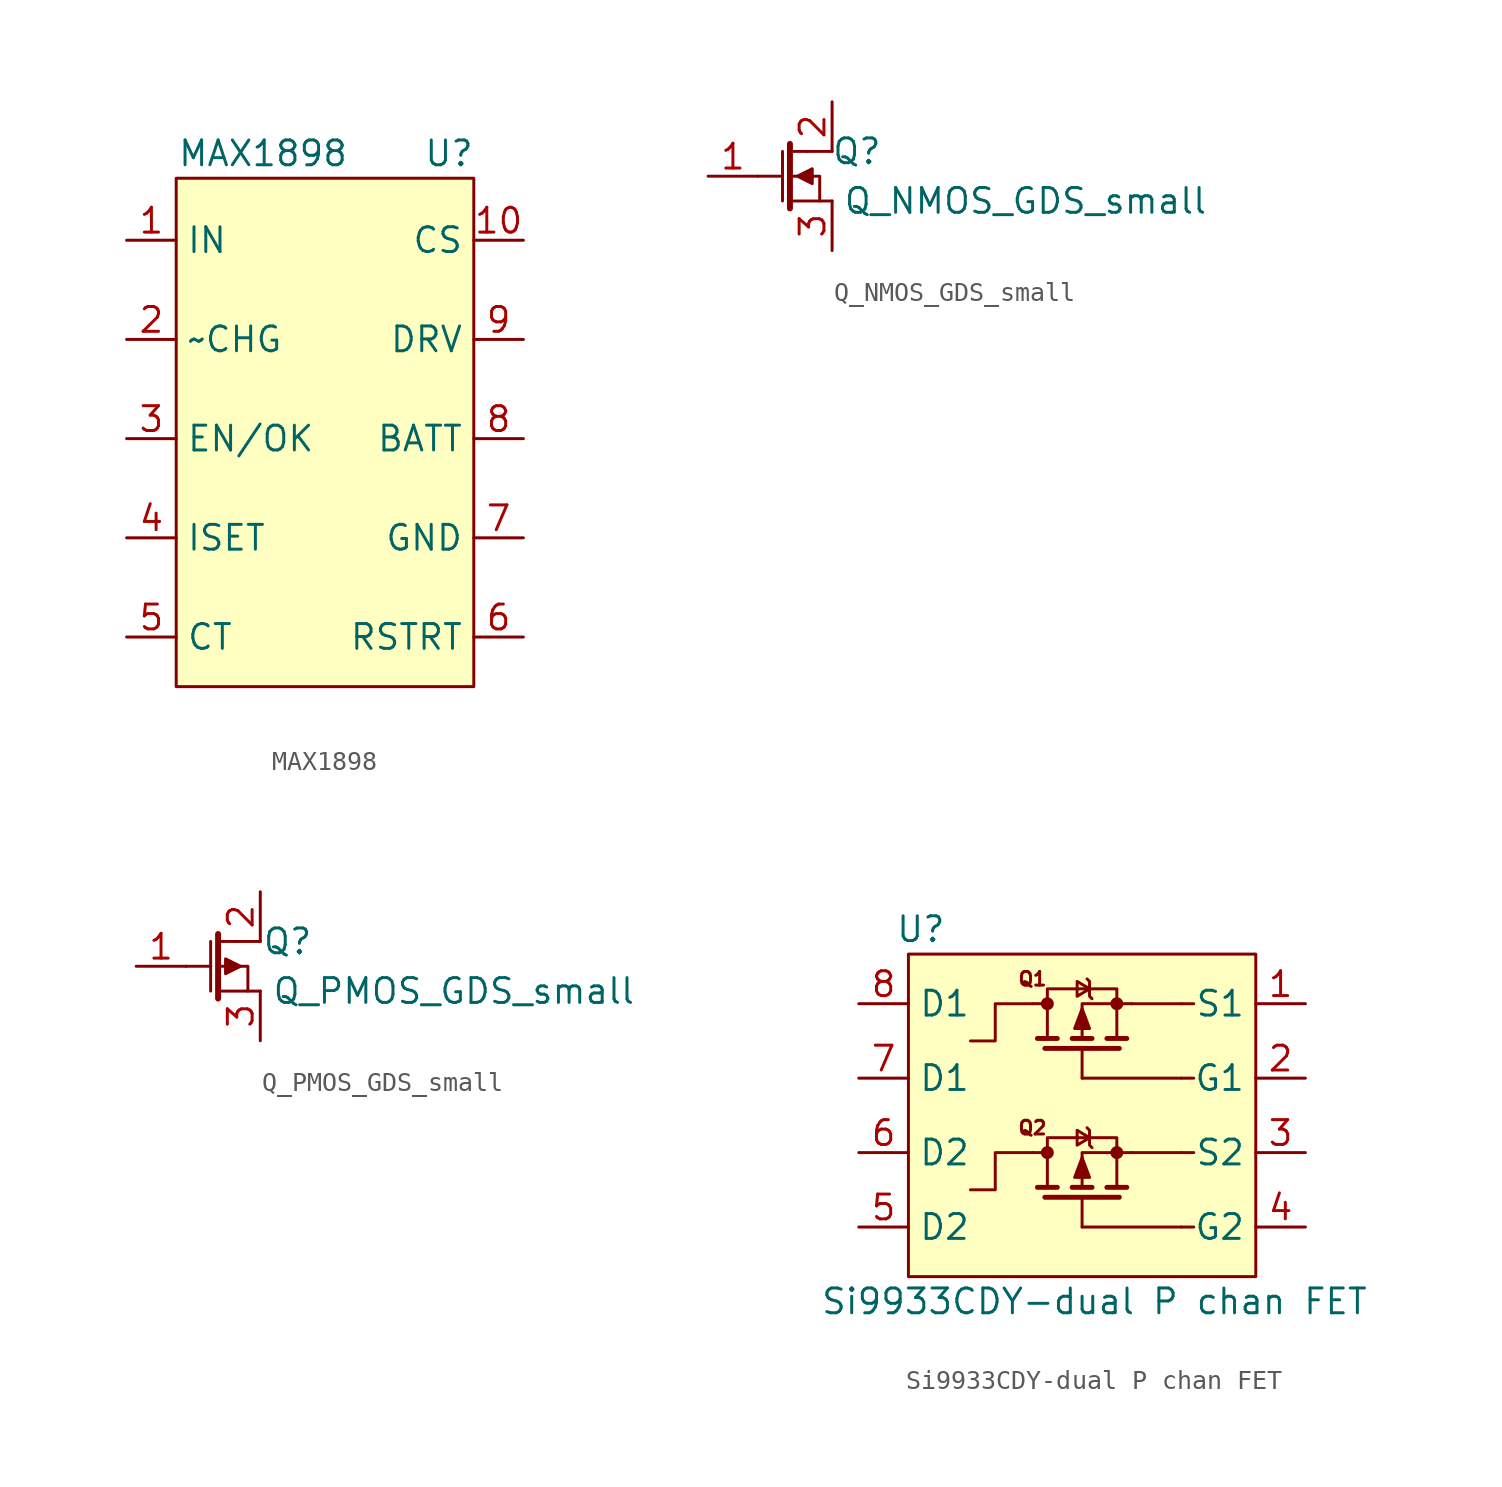
<source format=kicad_sym>
(kicad_symbol_lib
  (version 20211014)
  (generator kicad_symbol_editor)
  (symbol "MAX1898"
    (property "Reference" "U"
      (at 6.35 14.605 0)
      (effects (font (size 1.27 1.27))))
    (property "Value" "MAX1898"
      (at -3.175 14.605 0)
      (effects (font (size 1.27 1.27))))
    (symbol "MAX1898_0_1"
      (rectangle (start -7.62 13.335) (end 7.62 -12.7) (stroke (width 0.152) (type default) (color 0 0 0 0)) (fill (type background))))
    (symbol "MAX1898_1_1"
      (pin power_in line (at -10.16 10.16 0) (length 2.54) (name "IN" (effects (font (size 1.27 1.27)))) (number "1" (effects (font (size 1.27 1.27)))))
      (pin input line (at 10.16 10.16 180) (length 2.54) (name "CS" (effects (font (size 1.27 1.27)))) (number "10" (effects (font (size 1.27 1.27)))))
      (pin output line (at -10.16 5.08 0) (length 2.54) (name "~CHG" (effects (font (size 1.27 1.27)))) (number "2" (effects (font (size 1.27 1.27)))))
      (pin bidirectional line (at -10.16 0 0) (length 2.54) (name "EN/OK" (effects (font (size 1.27 1.27)))) (number "3" (effects (font (size 1.27 1.27)))))
      (pin input line (at -10.16 -5.08 0) (length 2.54) (name "ISET" (effects (font (size 1.27 1.27)))) (number "4" (effects (font (size 1.27 1.27)))))
      (pin input line (at -10.16 -10.16 0) (length 2.54) (name "CT" (effects (font (size 1.27 1.27)))) (number "5" (effects (font (size 1.27 1.27)))))
      (pin input line (at 10.16 -10.16 180) (length 2.54) (name "RSTRT" (effects (font (size 1.27 1.27)))) (number "6" (effects (font (size 1.27 1.27)))))
      (pin power_in line (at 10.16 -5.08 180) (length 2.54) (name "GND" (effects (font (size 1.27 1.27)))) (number "7" (effects (font (size 1.27 1.27)))))
      (pin power_out line (at 10.16 0 180) (length 2.54) (name "BATT" (effects (font (size 1.27 1.27)))) (number "8" (effects (font (size 1.27 1.27)))))
      (pin output line (at 10.16 5.08 180) (length 2.54) (name "DRV" (effects (font (size 1.27 1.27)))) (number "9" (effects (font (size 1.27 1.27)))))))
  (symbol "Q_NMOS_GDS_small"
    (property "Reference" "Q"
      (at 3.81 1.27 0)
      (effects (font (size 1.27 1.27))))
    (property "Value" "Q_NMOS_GDS_small"
      (at 12.446 -1.27 0)
      (effects (font (size 1.27 1.27))))
    (symbol "Q_NMOS_GDS_small_0_1"
      (polyline (pts (xy -1.27 0) (xy 0 0)) (stroke (width 0.152) (type default) (color 0 0 0 0)) (fill (type none)))
      (polyline (pts (xy 0 1.27) (xy 0 -1.27)) (stroke (width 0.152) (type default) (color 0 0 0 0)) (fill (type none)))
      (polyline (pts (xy 0.381 0) (xy 1.27 0)) (stroke (width 0.152) (type default) (color 0 0 0 0)) (fill (type none)))
      (polyline (pts (xy 0.381 1.27) (xy 1.27 1.27)) (stroke (width 0.152) (type default) (color 0 0 0 0)) (fill (type none)))
      (polyline (pts (xy 0.381 1.651) (xy 0.381 -1.651)) (stroke (width 0.305) (type default) (color 0 0 0 0)) (fill (type none)))
      (polyline (pts (xy 1.27 1.27) (xy 2.54 1.27)) (stroke (width 0.152) (type default) (color 0 0 0 0)) (fill (type none)))
      (polyline (pts (xy 2.54 -1.27) (xy 1.905 -1.27)) (stroke (width 0.152) (type default) (color 0 0 0 0)) (fill (type none)))
      (polyline (pts (xy 0.381 -1.27) (xy 1.905 -1.27) (xy 1.905 0) (xy 1.27 0)) (stroke (width 0.152) (type default) (color 0 0 0 0)) (fill (type none)))
      (polyline (pts (xy 0.762 0) (xy 1.524 0.381) (xy 1.524 -0.381) (xy 0.762 0)) (stroke (width 0.152) (type default) (color 0 0 0 0)) (fill (type outline))))
    (symbol "Q_NMOS_GDS_small_1_1"
      (pin passive line (at -3.81 0 0) (length 2.54) (name "" (effects (font (size 1.27 1.27)))) (number "1" (effects (font (size 1.27 1.27)))))
      (pin passive line (at 2.54 3.81 270) (length 2.54) (name "" (effects (font (size 1.27 1.27)))) (number "2" (effects (font (size 1.27 1.27)))))
      (pin passive line (at 2.54 -3.81 90) (length 2.54) (name "" (effects (font (size 1.27 1.27)))) (number "3" (effects (font (size 1.27 1.27)))))))
  (symbol "Q_PMOS_GDS_small"
    (property "Reference" "Q"
      (at 3.937 1.27 0)
      (effects (font (size 1.27 1.27))))
    (property "Value" "Q_PMOS_GDS_small"
      (at 12.446 -1.27 0)
      (effects (font (size 1.27 1.27))))
    (symbol "Q_PMOS_GDS_small_0_1"
      (polyline (pts (xy -1.27 0) (xy 0 0)) (stroke (width 0.152) (type default) (color 0 0 0 0)) (fill (type none)))
      (polyline (pts (xy 0 1.27) (xy 0 -1.27)) (stroke (width 0.152) (type default) (color 0 0 0 0)) (fill (type none)))
      (polyline (pts (xy 0.381 0) (xy 1.27 0)) (stroke (width 0.152) (type default) (color 0 0 0 0)) (fill (type none)))
      (polyline (pts (xy 0.381 1.27) (xy 1.27 1.27)) (stroke (width 0.152) (type default) (color 0 0 0 0)) (fill (type none)))
      (polyline (pts (xy 0.381 1.651) (xy 0.381 -1.651)) (stroke (width 0.305) (type default) (color 0 0 0 0)) (fill (type none)))
      (polyline (pts (xy 1.27 1.27) (xy 2.54 1.27)) (stroke (width 0.152) (type default) (color 0 0 0 0)) (fill (type none)))
      (polyline (pts (xy 2.54 -1.27) (xy 1.905 -1.27)) (stroke (width 0.152) (type default) (color 0 0 0 0)) (fill (type none)))
      (polyline (pts (xy 0.381 -1.27) (xy 1.905 -1.27) (xy 1.905 0) (xy 1.27 0)) (stroke (width 0.152) (type default) (color 0 0 0 0)) (fill (type none)))
      (polyline (pts (xy 1.524 0) (xy 0.762 0.381) (xy 0.762 -0.381) (xy 1.524 0)) (stroke (width 0.152) (type default) (color 0 0 0 0)) (fill (type outline))))
    (symbol "Q_PMOS_GDS_small_1_1"
      (pin passive line (at -3.81 0 0) (length 2.54) (name "" (effects (font (size 1.27 1.27)))) (number "1" (effects (font (size 1.27 1.27)))))
      (pin passive line (at 2.54 3.81 270) (length 2.54) (name "" (effects (font (size 1.27 1.27)))) (number "2" (effects (font (size 1.27 1.27)))))
      (pin passive line (at 2.54 -3.81 90) (length 2.54) (name "" (effects (font (size 1.27 1.27)))) (number "3" (effects (font (size 1.27 1.27)))))))
  (symbol "Si9933CDY-dual P chan FET"
    (property "Reference" "U"
      (at -8.255 9.525 0)
      (effects (font (size 1.27 1.27))))
    (property "Value" "Si9933CDY-dual P chan FET"
      (at 0.635 -9.525 0)
      (effects (font (size 1.27 1.27))))
    (symbol "Si9933CDY-dual P chan FET_0_0"
      (polyline (pts (xy 5.08 -5.715) (xy 5.715 -5.715)) (stroke (width 0.152) (type default) (color 0 0 0 0)) (fill (type none)))
      (polyline (pts (xy 5.08 -1.905) (xy 5.715 -1.905)) (stroke (width 0.152) (type default) (color 0 0 0 0)) (fill (type none)))
      (polyline (pts (xy 5.08 1.905) (xy 5.715 1.905)) (stroke (width 0.152) (type default) (color 0 0 0 0)) (fill (type none)))
      (polyline (pts (xy 5.08 5.715) (xy 5.715 5.715)) (stroke (width 0.152) (type default) (color 0 0 0 0)) (fill (type none)))
      (polyline (pts (xy -2.54 -1.905) (xy -4.445 -1.905) (xy -4.445 -3.81) (xy -5.715 -3.81)) (stroke (width 0.152) (type default) (color 0 0 0 0)) (fill (type none)))
      (polyline (pts (xy -2.54 5.715) (xy -4.445 5.715) (xy -4.445 3.81) (xy -5.715 3.81)) (stroke (width 0.152) (type default) (color 0 0 0 0)) (fill (type none)))
      (text "Q1" (at -2.54 6.985 0) (effects (font (size 0.7 0.7))))
      (text "Q2" (at -2.54 -0.635 0) (effects (font (size 0.7 0.7)))))
    (symbol "Si9933CDY-dual P chan FET_0_1"
      (rectangle (start -8.89 8.255) (end 8.89 -8.255) (stroke (width 0.152) (type default) (color 0 0 0 0)) (fill (type background)))
      (circle (center -1.778 -1.905) (radius 0.254) (stroke (width 0) (type default) (color 0 0 0 0)) (fill (type outline)))
      (circle (center -1.778 5.715) (radius 0.254) (stroke (width 0) (type default) (color 0 0 0 0)) (fill (type outline)))
      (polyline (pts (xy -2.54 -1.905) (xy -1.778 -1.905)) (stroke (width 0) (type default) (color 0 0 0 0)) (fill (type none)))
      (polyline (pts (xy -2.54 5.715) (xy -1.778 5.715)) (stroke (width 0) (type default) (color 0 0 0 0)) (fill (type none)))
      (polyline (pts (xy -2.286 -3.683) (xy -1.27 -3.683)) (stroke (width 0.254) (type default) (color 0 0 0 0)) (fill (type none)))
      (polyline (pts (xy -2.286 3.937) (xy -1.27 3.937)) (stroke (width 0.254) (type default) (color 0 0 0 0)) (fill (type none)))
      (polyline (pts (xy -1.905 -4.191) (xy 1.905 -4.191)) (stroke (width 0.254) (type default) (color 0 0 0 0)) (fill (type none)))
      (polyline (pts (xy -1.905 3.429) (xy 1.905 3.429)) (stroke (width 0.254) (type default) (color 0 0 0 0)) (fill (type none)))
      (polyline (pts (xy -0.508 -3.683) (xy 0.508 -3.683)) (stroke (width 0.254) (type default) (color 0 0 0 0)) (fill (type none)))
      (polyline (pts (xy -0.508 3.937) (xy 0.508 3.937)) (stroke (width 0.254) (type default) (color 0 0 0 0)) (fill (type none)))
      (polyline (pts (xy 0 -5.715) (xy 5.08 -5.715)) (stroke (width 0.152) (type default) (color 0 0 0 0)) (fill (type none)))
      (polyline (pts (xy 0 -4.191) (xy 0 -5.715)) (stroke (width 0) (type default) (color 0 0 0 0)) (fill (type none)))
      (polyline (pts (xy 0 1.905) (xy 5.08 1.905)) (stroke (width 0.152) (type default) (color 0 0 0 0)) (fill (type none)))
      (polyline (pts (xy 0 3.429) (xy 0 1.905)) (stroke (width 0) (type default) (color 0 0 0 0)) (fill (type none)))
      (polyline (pts (xy 1.27 -3.683) (xy 2.286 -3.683)) (stroke (width 0.254) (type default) (color 0 0 0 0)) (fill (type none)))
      (polyline (pts (xy 1.27 3.937) (xy 2.286 3.937)) (stroke (width 0.254) (type default) (color 0 0 0 0)) (fill (type none)))
      (polyline (pts (xy 2.54 -1.905) (xy 5.08 -1.905)) (stroke (width 0.152) (type default) (color 0 0 0 0)) (fill (type none)))
      (polyline (pts (xy 2.54 5.715) (xy 5.08 5.715)) (stroke (width 0.152) (type default) (color 0 0 0 0)) (fill (type none)))
      (polyline (pts (xy 2.54 -1.905) (xy 0 -1.905) (xy 0 -3.683)) (stroke (width 0) (type default) (color 0 0 0 0)) (fill (type none)))
      (polyline (pts (xy 2.54 5.715) (xy 0 5.715) (xy 0 3.937)) (stroke (width 0) (type default) (color 0 0 0 0)) (fill (type none)))
      (polyline (pts (xy -1.778 -3.683) (xy -1.778 -1.143) (xy 1.778 -1.143) (xy 1.778 -3.683)) (stroke (width 0) (type default) (color 0 0 0 0)) (fill (type none)))
      (polyline (pts (xy -1.778 3.937) (xy -1.778 6.477) (xy 1.778 6.477) (xy 1.778 3.937)) (stroke (width 0) (type default) (color 0 0 0 0)) (fill (type none)))
      (polyline (pts (xy 0 -2.159) (xy -0.381 -3.175) (xy 0.381 -3.175) (xy 0 -2.159)) (stroke (width 0) (type default) (color 0 0 0 0)) (fill (type outline)))
      (polyline (pts (xy 0 5.461) (xy -0.381 4.445) (xy 0.381 4.445) (xy 0 5.461)) (stroke (width 0) (type default) (color 0 0 0 0)) (fill (type outline)))
      (polyline (pts (xy 0.381 -1.143) (xy -0.254 -1.524) (xy -0.254 -0.762) (xy 0.381 -1.143)) (stroke (width 0) (type default) (color 0 0 0 0)) (fill (type none)))
      (polyline (pts (xy 0.381 6.477) (xy -0.254 6.096) (xy -0.254 6.858) (xy 0.381 6.477)) (stroke (width 0) (type default) (color 0 0 0 0)) (fill (type none)))
      (polyline (pts (xy 0.508 -1.651) (xy 0.381 -1.524) (xy 0.381 -0.762) (xy 0.254 -0.635)) (stroke (width 0) (type default) (color 0 0 0 0)) (fill (type none)))
      (polyline (pts (xy 0.508 5.969) (xy 0.381 6.096) (xy 0.381 6.858) (xy 0.254 6.985)) (stroke (width 0) (type default) (color 0 0 0 0)) (fill (type none)))
      (circle (center 1.778 -1.905) (radius 0.254) (stroke (width 0) (type default) (color 0 0 0 0)) (fill (type outline)))
      (circle (center 1.778 5.715) (radius 0.254) (stroke (width 0) (type default) (color 0 0 0 0)) (fill (type outline))))
    (symbol "Si9933CDY-dual P chan FET_1_1"
      (pin passive line (at 11.43 5.715 180) (length 2.54) (name "S1" (effects (font (size 1.27 1.27)))) (number "1" (effects (font (size 1.27 1.27)))))
      (pin input line (at 11.43 1.905 180) (length 2.54) (name "G1" (effects (font (size 1.27 1.27)))) (number "2" (effects (font (size 1.27 1.27)))))
      (pin passive line (at 11.43 -1.905 180) (length 2.54) (name "S2" (effects (font (size 1.27 1.27)))) (number "3" (effects (font (size 1.27 1.27)))))
      (pin input line (at 11.43 -5.715 180) (length 2.54) (name "G2" (effects (font (size 1.27 1.27)))) (number "4" (effects (font (size 1.27 1.27)))))
      (pin passive line (at -11.43 -5.715 0) (length 2.54) (name "D2" (effects (font (size 1.27 1.27)))) (number "5" (effects (font (size 1.27 1.27)))))
      (pin passive line (at -11.43 -1.905 0) (length 2.54) (name "D2" (effects (font (size 1.27 1.27)))) (number "6" (effects (font (size 1.27 1.27)))))
      (pin passive line (at -11.43 1.905 0) (length 2.54) (name "D1" (effects (font (size 1.27 1.27)))) (number "7" (effects (font (size 1.27 1.27)))))
      (pin passive line (at -11.43 5.715 0) (length 2.54) (name "D1" (effects (font (size 1.27 1.27)))) (number "8" (effects (font (size 1.27 1.27))))))))
</source>
